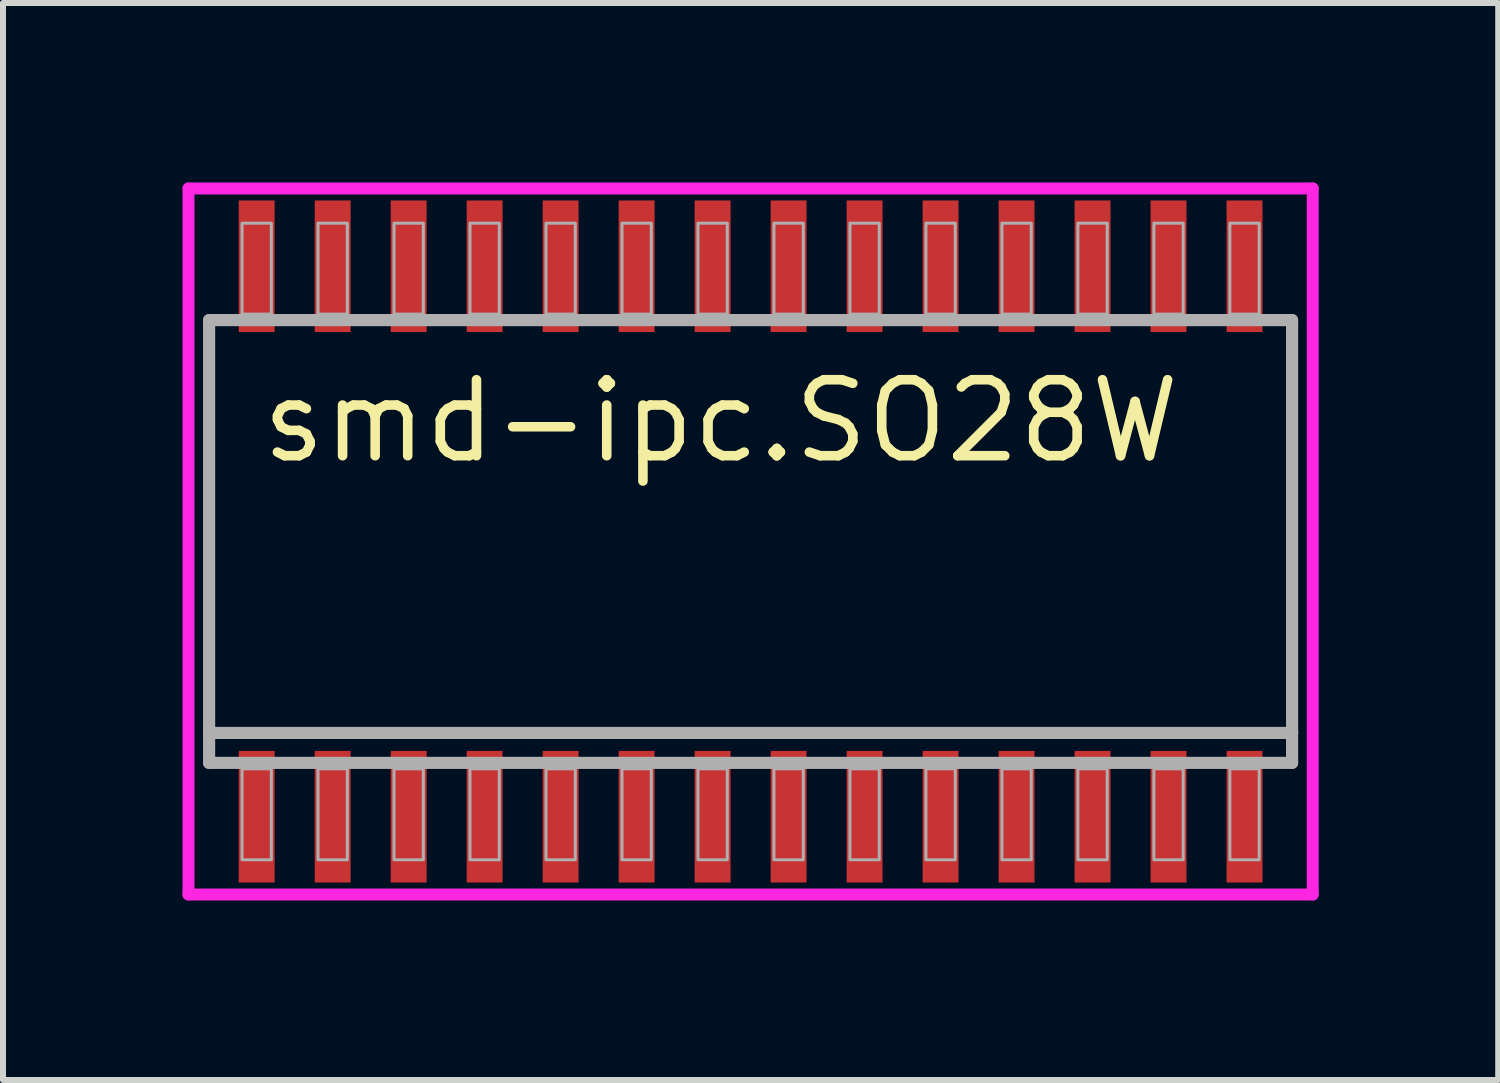
<source format=kicad_pcb>
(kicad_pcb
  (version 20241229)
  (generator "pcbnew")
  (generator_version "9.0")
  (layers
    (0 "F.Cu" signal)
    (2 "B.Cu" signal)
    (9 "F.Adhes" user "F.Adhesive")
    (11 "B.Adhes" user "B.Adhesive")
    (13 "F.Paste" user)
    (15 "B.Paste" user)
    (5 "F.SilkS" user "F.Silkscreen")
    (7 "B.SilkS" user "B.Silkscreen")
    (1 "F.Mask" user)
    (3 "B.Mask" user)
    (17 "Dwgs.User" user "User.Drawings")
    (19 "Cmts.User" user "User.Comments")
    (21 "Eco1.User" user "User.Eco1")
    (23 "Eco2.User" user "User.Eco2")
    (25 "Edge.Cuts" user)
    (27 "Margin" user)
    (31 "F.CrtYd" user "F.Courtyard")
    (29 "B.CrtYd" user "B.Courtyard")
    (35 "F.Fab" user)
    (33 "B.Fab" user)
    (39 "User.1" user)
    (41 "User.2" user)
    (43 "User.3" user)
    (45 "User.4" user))
  (footprint "smd-ipc.SO28W"
    (layer "F.Cu")
    (at 9.495 6)
    (property "Reference" "smd-ipc.SO28W" (at -8.255 -1.27 0) (layer "F.SilkS") (effects (font (size 1.27 1.27) (thickness 0.16)) (justify left bottom)))
    (attr smd)
    (fp_line (start -9.395 -5.9) (end 9.395 -5.9) (stroke (width 0.2) (type default)) (layer "F.CrtYd"))
    (fp_line (start -9.395 5.9) (end -9.395 -5.9) (stroke (width 0.2) (type default)) (layer "F.CrtYd"))
    (fp_line (start 9.395 -5.9) (end 9.395 5.9) (stroke (width 0.2) (type default)) (layer "F.CrtYd"))
    (fp_line (start 9.395 5.9) (end -9.395 5.9) (stroke (width 0.2) (type default)) (layer "F.CrtYd"))
    (fp_line (start -9.05 -3.7) (end 9.05 -3.7) (stroke (width 0.203) (type default)) (layer "F.Fab"))
    (fp_line (start -9.05 3.2) (end -9.05 -3.7) (stroke (width 0.203) (type default)) (layer "F.Fab"))
    (fp_line (start -9.05 3.7) (end -9.05 3.2) (stroke (width 0.203) (type default)) (layer "F.Fab"))
    (fp_line (start 9.05 -3.7) (end 9.05 3.2) (stroke (width 0.203) (type default)) (layer "F.Fab"))
    (fp_line (start 9.05 3.2) (end -9.05 3.2) (stroke (width 0.203) (type default)) (layer "F.Fab"))
    (fp_line (start 9.05 3.2) (end 9.05 3.7) (stroke (width 0.203) (type default)) (layer "F.Fab"))
    (fp_line (start 9.05 3.7) (end -9.05 3.7) (stroke (width 0.203) (type default)) (layer "F.Fab"))
    (fp_rect (start -8.5 -3.8) (end -8.01 -5.32) (stroke (width 0.05) (type default)) (fill no) (layer "F.Fab"))
    (fp_rect (start -8.5 5.32) (end -8.01 3.8) (stroke (width 0.05) (type default)) (fill no) (layer "F.Fab"))
    (fp_rect (start -7.23 -3.8) (end -6.74 -5.32) (stroke (width 0.05) (type default)) (fill no) (layer "F.Fab"))
    (fp_rect (start -7.23 5.32) (end -6.74 3.8) (stroke (width 0.05) (type default)) (fill no) (layer "F.Fab"))
    (fp_rect (start -5.96 -3.8) (end -5.47 -5.32) (stroke (width 0.05) (type default)) (fill no) (layer "F.Fab"))
    (fp_rect (start -5.96 5.32) (end -5.47 3.8) (stroke (width 0.05) (type default)) (fill no) (layer "F.Fab"))
    (fp_rect (start -4.69 -3.8) (end -4.2 -5.32) (stroke (width 0.05) (type default)) (fill no) (layer "F.Fab"))
    (fp_rect (start -4.69 5.32) (end -4.2 3.8) (stroke (width 0.05) (type default)) (fill no) (layer "F.Fab"))
    (fp_rect (start -3.42 -3.8) (end -2.93 -5.32) (stroke (width 0.05) (type default)) (fill no) (layer "F.Fab"))
    (fp_rect (start -3.42 5.32) (end -2.93 3.8) (stroke (width 0.05) (type default)) (fill no) (layer "F.Fab"))
    (fp_rect (start -2.15 -3.8) (end -1.66 -5.32) (stroke (width 0.05) (type default)) (fill no) (layer "F.Fab"))
    (fp_rect (start -2.15 5.32) (end -1.66 3.8) (stroke (width 0.05) (type default)) (fill no) (layer "F.Fab"))
    (fp_rect (start -0.88 -3.8) (end -0.39 -5.32) (stroke (width 0.05) (type default)) (fill no) (layer "F.Fab"))
    (fp_rect (start -0.88 5.32) (end -0.39 3.8) (stroke (width 0.05) (type default)) (fill no) (layer "F.Fab"))
    (fp_rect (start 0.39 -3.8) (end 0.88 -5.32) (stroke (width 0.05) (type default)) (fill no) (layer "F.Fab"))
    (fp_rect (start 0.39 5.32) (end 0.88 3.8) (stroke (width 0.05) (type default)) (fill no) (layer "F.Fab"))
    (fp_rect (start 1.66 -3.8) (end 2.15 -5.32) (stroke (width 0.05) (type default)) (fill no) (layer "F.Fab"))
    (fp_rect (start 1.66 5.32) (end 2.15 3.8) (stroke (width 0.05) (type default)) (fill no) (layer "F.Fab"))
    (fp_rect (start 2.93 -3.8) (end 3.42 -5.32) (stroke (width 0.05) (type default)) (fill no) (layer "F.Fab"))
    (fp_rect (start 2.93 5.32) (end 3.42 3.8) (stroke (width 0.05) (type default)) (fill no) (layer "F.Fab"))
    (fp_rect (start 4.2 -3.8) (end 4.69 -5.32) (stroke (width 0.05) (type default)) (fill no) (layer "F.Fab"))
    (fp_rect (start 4.2 5.32) (end 4.69 3.8) (stroke (width 0.05) (type default)) (fill no) (layer "F.Fab"))
    (fp_rect (start 5.47 -3.8) (end 5.96 -5.32) (stroke (width 0.05) (type default)) (fill no) (layer "F.Fab"))
    (fp_rect (start 5.47 5.32) (end 5.96 3.8) (stroke (width 0.05) (type default)) (fill no) (layer "F.Fab"))
    (fp_rect (start 6.74 -3.8) (end 7.23 -5.32) (stroke (width 0.05) (type default)) (fill no) (layer "F.Fab"))
    (fp_rect (start 6.74 5.32) (end 7.23 3.8) (stroke (width 0.05) (type default)) (fill no) (layer "F.Fab"))
    (fp_rect (start 8.01 -3.8) (end 8.5 -5.32) (stroke (width 0.05) (type default)) (fill no) (layer "F.Fab"))
    (fp_rect (start 8.01 5.32) (end 8.5 3.8) (stroke (width 0.05) (type default)) (fill no) (layer "F.Fab"))
    (pad "1" smd roundrect (at -8.255 4.6) (size 0.6 2.2) (layers "F.Cu" "F.Mask" "F.Paste") (roundrect_rratio 0.01))
    (pad "2" smd roundrect (at -6.985 4.6) (size 0.6 2.2) (layers "F.Cu" "F.Mask" "F.Paste") (roundrect_rratio 0.01))
    (pad "3" smd roundrect (at -5.715 4.6) (size 0.6 2.2) (layers "F.Cu" "F.Mask" "F.Paste") (roundrect_rratio 0.01))
    (pad "4" smd roundrect (at -4.445 4.6) (size 0.6 2.2) (layers "F.Cu" "F.Mask" "F.Paste") (roundrect_rratio 0.01))
    (pad "5" smd roundrect (at -3.175 4.6) (size 0.6 2.2) (layers "F.Cu" "F.Mask" "F.Paste") (roundrect_rratio 0.01))
    (pad "6" smd roundrect (at -1.905 4.6) (size 0.6 2.2) (layers "F.Cu" "F.Mask" "F.Paste") (roundrect_rratio 0.01))
    (pad "7" smd roundrect (at -0.635 4.6) (size 0.6 2.2) (layers "F.Cu" "F.Mask" "F.Paste") (roundrect_rratio 0.01))
    (pad "8" smd roundrect (at 0.635 4.6) (size 0.6 2.2) (layers "F.Cu" "F.Mask" "F.Paste") (roundrect_rratio 0.01))
    (pad "9" smd roundrect (at 1.905 4.6) (size 0.6 2.2) (layers "F.Cu" "F.Mask" "F.Paste") (roundrect_rratio 0.01))
    (pad "10" smd roundrect (at 3.175 4.6) (size 0.6 2.2) (layers "F.Cu" "F.Mask" "F.Paste") (roundrect_rratio 0.01))
    (pad "11" smd roundrect (at 4.445 4.6) (size 0.6 2.2) (layers "F.Cu" "F.Mask" "F.Paste") (roundrect_rratio 0.01))
    (pad "12" smd roundrect (at 5.715 4.6) (size 0.6 2.2) (layers "F.Cu" "F.Mask" "F.Paste") (roundrect_rratio 0.01))
    (pad "13" smd roundrect (at 6.985 4.6) (size 0.6 2.2) (layers "F.Cu" "F.Mask" "F.Paste") (roundrect_rratio 0.01))
    (pad "14" smd roundrect (at 8.255 4.6) (size 0.6 2.2) (layers "F.Cu" "F.Mask" "F.Paste") (roundrect_rratio 0.01))
    (pad "15" smd roundrect (at 8.255 -4.6) (size 0.6 2.2) (layers "F.Cu" "F.Mask" "F.Paste") (roundrect_rratio 0.01))
    (pad "16" smd roundrect (at 6.985 -4.6) (size 0.6 2.2) (layers "F.Cu" "F.Mask" "F.Paste") (roundrect_rratio 0.01))
    (pad "17" smd roundrect (at 5.715 -4.6) (size 0.6 2.2) (layers "F.Cu" "F.Mask" "F.Paste") (roundrect_rratio 0.01))
    (pad "18" smd roundrect (at 4.445 -4.6) (size 0.6 2.2) (layers "F.Cu" "F.Mask" "F.Paste") (roundrect_rratio 0.01))
    (pad "19" smd roundrect (at 3.175 -4.6) (size 0.6 2.2) (layers "F.Cu" "F.Mask" "F.Paste") (roundrect_rratio 0.01))
    (pad "20" smd roundrect (at 1.905 -4.6) (size 0.6 2.2) (layers "F.Cu" "F.Mask" "F.Paste") (roundrect_rratio 0.01))
    (pad "21" smd roundrect (at 0.635 -4.6) (size 0.6 2.2) (layers "F.Cu" "F.Mask" "F.Paste") (roundrect_rratio 0.01))
    (pad "22" smd roundrect (at -0.635 -4.6) (size 0.6 2.2) (layers "F.Cu" "F.Mask" "F.Paste") (roundrect_rratio 0.01))
    (pad "23" smd roundrect (at -1.905 -4.6) (size 0.6 2.2) (layers "F.Cu" "F.Mask" "F.Paste") (roundrect_rratio 0.01))
    (pad "24" smd roundrect (at -3.175 -4.6) (size 0.6 2.2) (layers "F.Cu" "F.Mask" "F.Paste") (roundrect_rratio 0.01))
    (pad "25" smd roundrect (at -4.445 -4.6) (size 0.6 2.2) (layers "F.Cu" "F.Mask" "F.Paste") (roundrect_rratio 0.01))
    (pad "26" smd roundrect (at -5.715 -4.6) (size 0.6 2.2) (layers "F.Cu" "F.Mask" "F.Paste") (roundrect_rratio 0.01))
    (pad "27" smd roundrect (at -6.985 -4.6) (size 0.6 2.2) (layers "F.Cu" "F.Mask" "F.Paste") (roundrect_rratio 0.01))
    (pad "28" smd roundrect (at -8.255 -4.6) (size 0.6 2.2) (layers "F.Cu" "F.Mask" "F.Paste") (roundrect_rratio 0.01)))
  (gr_rect
    (start -3 -3)
    (end 21.99 15)
    (stroke (width 0.1) (type default))
    (fill no)
    (layer "Edge.Cuts")))
</source>
